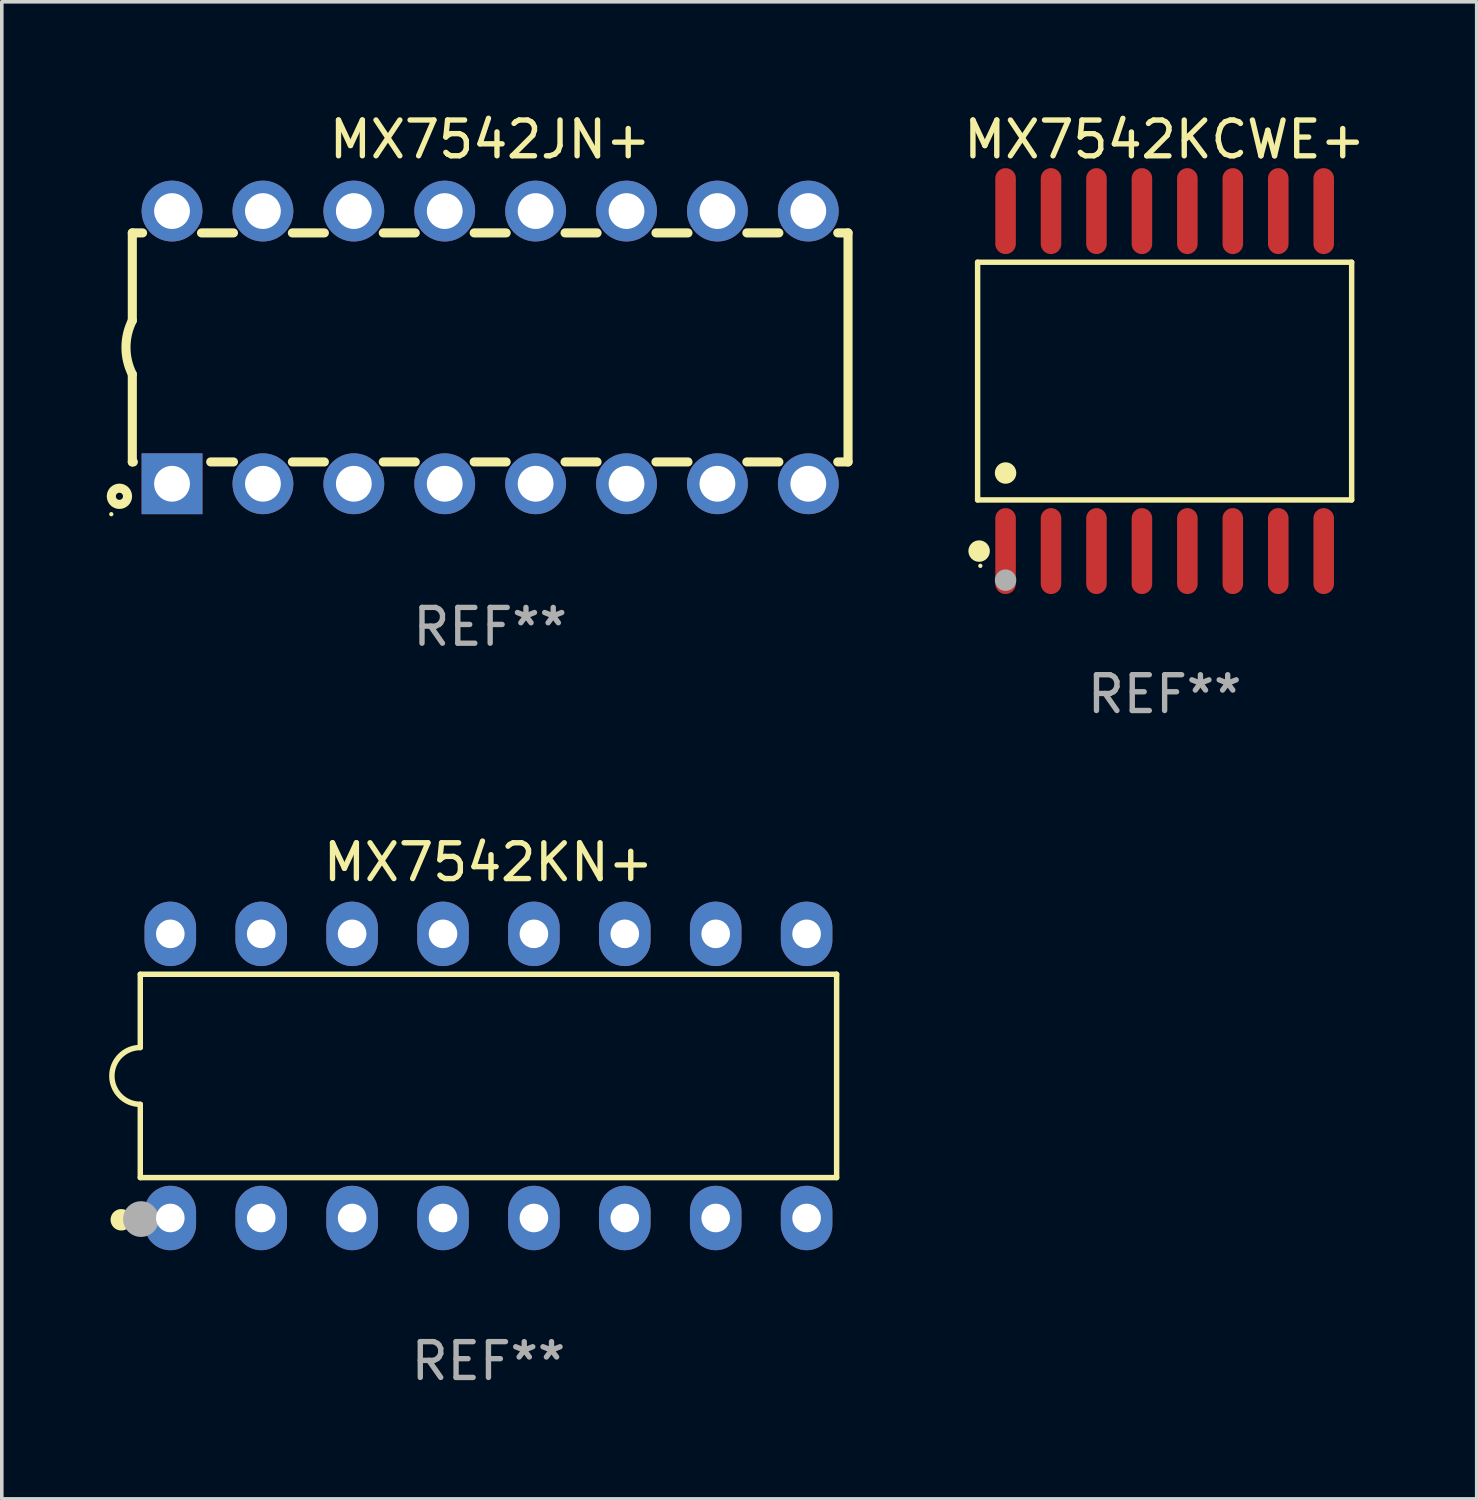
<source format=kicad_pcb>
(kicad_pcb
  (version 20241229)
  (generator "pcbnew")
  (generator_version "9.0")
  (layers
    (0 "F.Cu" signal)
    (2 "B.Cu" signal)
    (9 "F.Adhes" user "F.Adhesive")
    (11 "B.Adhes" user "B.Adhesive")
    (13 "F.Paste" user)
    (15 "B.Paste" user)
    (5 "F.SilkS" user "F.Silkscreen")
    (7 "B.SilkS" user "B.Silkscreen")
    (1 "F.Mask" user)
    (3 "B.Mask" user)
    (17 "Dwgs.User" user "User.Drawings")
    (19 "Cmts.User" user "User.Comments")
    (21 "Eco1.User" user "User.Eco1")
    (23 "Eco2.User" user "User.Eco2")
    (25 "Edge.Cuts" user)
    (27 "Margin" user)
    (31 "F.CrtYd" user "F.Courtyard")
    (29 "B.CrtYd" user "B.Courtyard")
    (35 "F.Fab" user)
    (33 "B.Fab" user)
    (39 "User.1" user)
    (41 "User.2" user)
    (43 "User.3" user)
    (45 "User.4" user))
  (footprint "MX7542KN+"
    (layer "F.Cu")
    (at 10.599 27.015)
    (property "Reference" "MX7542KN+" (at 0 -5.97 0) (layer "F.SilkS") (effects (font (size 1 1) (thickness 0.15))))
    (attr through_hole)
    (fp_line (start -9.729 -2.841) (end -9.729 -0.794) (stroke (width 0.152) (type solid)) (layer "F.SilkS"))
    (fp_line (start -9.729 0.794) (end -9.729 2.841) (stroke (width 0.152) (type solid)) (layer "F.SilkS"))
    (fp_line (start -9.729 2.841) (end 9.729 2.841) (stroke (width 0.152) (type solid)) (layer "F.SilkS"))
    (fp_line (start 9.729 -2.841) (end -9.729 -2.841) (stroke (width 0.152) (type solid)) (layer "F.SilkS"))
    (fp_line (start 9.729 2.841) (end 9.729 -2.841) (stroke (width 0.152) (type solid)) (layer "F.SilkS"))
    (fp_arc (start -9.7287 0.793749) (mid -10.522449 0) (end -9.7287 -0.793749) (stroke (width 0.1524) (type solid)) (layer "F.SilkS"))
    (fp_circle (center -10.26 4.02) (end -10.11 4.02) (stroke (width 0.3) (type solid)) (fill no) (layer "F.SilkS"))
    (fp_circle (center -9.653 4.23) (end -9.623 4.23) (stroke (width 0.06) (type solid)) (fill no) (layer "F.SilkS"))
    (fp_circle (center -9.71 4) (end -9.46 4) (stroke (width 0.5) (type solid)) (fill no) (layer "F.Fab"))
    (fp_text user "REF**" (at 0 7.97 0) (layer "F.Fab") (effects (font (size 1 1) (thickness 0.15))))
    (pad "1" thru_hole oval (at -8.89 3.97) (size 1.44 1.8) (drill 0.8) (layers "*.Cu" "*.Mask"))
    (pad "2" thru_hole oval (at -6.35 3.97) (size 1.44 1.8) (drill 0.8) (layers "*.Cu" "*.Mask"))
    (pad "3" thru_hole oval (at -3.81 3.97) (size 1.44 1.8) (drill 0.8) (layers "*.Cu" "*.Mask"))
    (pad "4" thru_hole oval (at -1.27 3.97) (size 1.44 1.8) (drill 0.8) (layers "*.Cu" "*.Mask"))
    (pad "5" thru_hole oval (at 1.27 3.97) (size 1.44 1.8) (drill 0.8) (layers "*.Cu" "*.Mask"))
    (pad "6" thru_hole oval (at 3.81 3.97) (size 1.44 1.8) (drill 0.8) (layers "*.Cu" "*.Mask"))
    (pad "7" thru_hole oval (at 6.35 3.97) (size 1.44 1.8) (drill 0.8) (layers "*.Cu" "*.Mask"))
    (pad "8" thru_hole oval (at 8.89 3.97) (size 1.44 1.8) (drill 0.8) (layers "*.Cu" "*.Mask"))
    (pad "9" thru_hole oval (at 8.89 -3.97) (size 1.44 1.8) (drill 0.8) (layers "*.Cu" "*.Mask"))
    (pad "10" thru_hole oval (at 6.35 -3.97) (size 1.44 1.8) (drill 0.8) (layers "*.Cu" "*.Mask"))
    (pad "11" thru_hole oval (at 3.81 -3.97) (size 1.44 1.8) (drill 0.8) (layers "*.Cu" "*.Mask"))
    (pad "12" thru_hole oval (at 1.27 -3.97) (size 1.44 1.8) (drill 0.8) (layers "*.Cu" "*.Mask"))
    (pad "13" thru_hole oval (at -1.27 -3.97) (size 1.44 1.8) (drill 0.8) (layers "*.Cu" "*.Mask"))
    (pad "14" thru_hole oval (at -3.81 -3.97) (size 1.44 1.8) (drill 0.8) (layers "*.Cu" "*.Mask"))
    (pad "15" thru_hole oval (at -6.35 -3.97) (size 1.44 1.8) (drill 0.8) (layers "*.Cu" "*.Mask"))
    (pad "16" thru_hole oval (at -8.89 -3.97) (size 1.44 1.8) (drill 0.8) (layers "*.Cu" "*.Mask")))
  (footprint "MX7542JN+"
    (layer "F.Cu")
    (at 10.647 6.658)
    (property "Reference" "MX7542JN+" (at 0 -5.81 0) (layer "F.SilkS") (effects (font (size 1 1) (thickness 0.15))))
    (attr through_hole)
    (fp_line (start -10 -3.2) (end -10 -0.75) (stroke (width 0.254) (type solid)) (layer "F.SilkS"))
    (fp_line (start -10 -3.2) (end -9.713 -3.2) (stroke (width 0.254) (type solid)) (layer "F.SilkS"))
    (fp_line (start -10 3.2) (end -10 0.75) (stroke (width 0.254) (type solid)) (layer "F.SilkS"))
    (fp_line (start -10 3.2) (end -9.971 3.2) (stroke (width 0.254) (type solid)) (layer "F.SilkS"))
    (fp_line (start -8.067 -3.2) (end -7.173 -3.2) (stroke (width 0.254) (type solid)) (layer "F.SilkS"))
    (fp_line (start -7.809 3.2) (end -7.173 3.2) (stroke (width 0.254) (type solid)) (layer "F.SilkS"))
    (fp_line (start -5.527 3.2) (end -4.633 3.2) (stroke (width 0.254) (type solid)) (layer "F.SilkS"))
    (fp_line (start -5.527 -3.2) (end -4.633 -3.2) (stroke (width 0.254) (type solid)) (layer "F.SilkS"))
    (fp_line (start -2.987 3.2) (end -2.093 3.2) (stroke (width 0.254) (type solid)) (layer "F.SilkS"))
    (fp_line (start -2.987 -3.2) (end -2.093 -3.2) (stroke (width 0.254) (type solid)) (layer "F.SilkS"))
    (fp_line (start -0.447 3.2) (end 0.447 3.2) (stroke (width 0.254) (type solid)) (layer "F.SilkS"))
    (fp_line (start -0.447 -3.2) (end 0.447 -3.2) (stroke (width 0.254) (type solid)) (layer "F.SilkS"))
    (fp_line (start 2.093 3.2) (end 2.987 3.2) (stroke (width 0.254) (type solid)) (layer "F.SilkS"))
    (fp_line (start 2.093 -3.2) (end 2.987 -3.2) (stroke (width 0.254) (type solid)) (layer "F.SilkS"))
    (fp_line (start 4.633 3.2) (end 5.527 3.2) (stroke (width 0.254) (type solid)) (layer "F.SilkS"))
    (fp_line (start 4.633 -3.2) (end 5.527 -3.2) (stroke (width 0.254) (type solid)) (layer "F.SilkS"))
    (fp_line (start 7.173 3.2) (end 8.067 3.2) (stroke (width 0.254) (type solid)) (layer "F.SilkS"))
    (fp_line (start 7.173 -3.2) (end 8.067 -3.2) (stroke (width 0.254) (type solid)) (layer "F.SilkS"))
    (fp_line (start 9.713 3.2) (end 10 3.2) (stroke (width 0.254) (type solid)) (layer "F.SilkS"))
    (fp_line (start 9.713 -3.2) (end 10 -3.2) (stroke (width 0.254) (type solid)) (layer "F.SilkS"))
    (fp_line (start 10 -3.2) (end 10 3.2) (stroke (width 0.254) (type solid)) (layer "F.SilkS"))
    (fp_arc (start -10 0.748793) (mid -10.176918 -0.000607) (end -10.000025 -0.750013) (stroke (width 0.254001) (type solid)) (layer "F.SilkS"))
    (fp_circle (center -10.587 4.66) (end -10.557 4.66) (stroke (width 0.06) (type solid)) (fill no) (layer "F.SilkS"))
    (fp_circle (center -10.36 4.16) (end -10.26 4.16) (stroke (width 0.254) (type solid)) (fill no) (layer "F.SilkS"))
    (fp_text user "REF**" (at 0 7.81 0) (layer "F.Fab") (effects (font (size 1 1) (thickness 0.15))))
    (pad "1" thru_hole rect (at -8.89 3.81 90) (size 1.7 1.7) (drill 1) (layers "*.Cu" "*.Mask"))
    (pad "2" thru_hole circle (at -6.35 3.81) (size 1.7 1.7) (drill 1) (layers "*.Cu" "*.Mask"))
    (pad "3" thru_hole circle (at -3.81 3.81) (size 1.7 1.7) (drill 1) (layers "*.Cu" "*.Mask"))
    (pad "4" thru_hole circle (at -1.27 3.81) (size 1.7 1.7) (drill 1) (layers "*.Cu" "*.Mask"))
    (pad "5" thru_hole circle (at 1.27 3.81) (size 1.7 1.7) (drill 1) (layers "*.Cu" "*.Mask"))
    (pad "6" thru_hole circle (at 3.81 3.81) (size 1.7 1.7) (drill 1) (layers "*.Cu" "*.Mask"))
    (pad "7" thru_hole circle (at 6.35 3.81) (size 1.7 1.7) (drill 1) (layers "*.Cu" "*.Mask"))
    (pad "8" thru_hole circle (at 8.89 3.81) (size 1.7 1.7) (drill 1) (layers "*.Cu" "*.Mask"))
    (pad "9" thru_hole circle (at 8.89 -3.81) (size 1.7 1.7) (drill 1) (layers "*.Cu" "*.Mask"))
    (pad "10" thru_hole circle (at 6.35 -3.81) (size 1.7 1.7) (drill 1) (layers "*.Cu" "*.Mask"))
    (pad "11" thru_hole circle (at 3.81 -3.81) (size 1.7 1.7) (drill 1) (layers "*.Cu" "*.Mask"))
    (pad "12" thru_hole circle (at 1.27 -3.81) (size 1.7 1.7) (drill 1) (layers "*.Cu" "*.Mask"))
    (pad "13" thru_hole circle (at -1.27 -3.81) (size 1.7 1.7) (drill 1) (layers "*.Cu" "*.Mask"))
    (pad "14" thru_hole circle (at -3.81 -3.81) (size 1.7 1.7) (drill 1) (layers "*.Cu" "*.Mask"))
    (pad "15" thru_hole circle (at -6.35 -3.81) (size 1.7 1.7) (drill 1) (layers "*.Cu" "*.Mask"))
    (pad "16" thru_hole circle (at -8.89 -3.81) (size 1.7 1.7) (drill 1) (layers "*.Cu" "*.Mask")))
  (footprint "MX7542KCWE+"
    (layer "F.Cu")
    (at 29.494 7.599)
    (property "Reference" "MX7542KCWE+" (at 0 -6.75 0) (layer "F.SilkS") (effects (font (size 1 1) (thickness 0.15))))
    (attr through_hole)
    (fp_line (start -5.226 -3.321) (end 5.226 -3.321) (stroke (width 0.152) (type solid)) (layer "F.SilkS"))
    (fp_line (start -5.226 3.321) (end -5.226 -3.321) (stroke (width 0.152) (type solid)) (layer "F.SilkS"))
    (fp_line (start 5.226 -3.321) (end 5.226 3.321) (stroke (width 0.152) (type solid)) (layer "F.SilkS"))
    (fp_line (start 5.226 3.321) (end -5.226 3.321) (stroke (width 0.152) (type solid)) (layer "F.SilkS"))
    (fp_circle (center -5.184 4.75) (end -5.034 4.75) (stroke (width 0.3) (type solid)) (fill no) (layer "F.SilkS"))
    (fp_circle (center -5.15 5.163) (end -5.12 5.163) (stroke (width 0.06) (type solid)) (fill no) (layer "F.SilkS"))
    (fp_circle (center -4.445 2.569) (end -4.295 2.569) (stroke (width 0.3) (type solid)) (fill no) (layer "F.SilkS"))
    (fp_circle (center -4.445 5.563) (end -4.295 5.563) (stroke (width 0.3) (type solid)) (fill no) (layer "F.Fab"))
    (fp_text user "REF**" (at 0 8.75 0) (layer "F.Fab") (effects (font (size 1 1) (thickness 0.15))))
    (pad "1" smd oval (at -4.445 4.75) (size 0.574 2.401) (layers "F.Cu" "F.Mask" "F.Paste"))
    (pad "2" smd oval (at -3.175 4.75) (size 0.574 2.401) (layers "F.Cu" "F.Mask" "F.Paste"))
    (pad "3" smd oval (at -1.905 4.75) (size 0.574 2.401) (layers "F.Cu" "F.Mask" "F.Paste"))
    (pad "4" smd oval (at -0.635 4.75) (size 0.574 2.401) (layers "F.Cu" "F.Mask" "F.Paste"))
    (pad "5" smd oval (at 0.635 4.75) (size 0.574 2.401) (layers "F.Cu" "F.Mask" "F.Paste"))
    (pad "6" smd oval (at 1.905 4.75) (size 0.574 2.401) (layers "F.Cu" "F.Mask" "F.Paste"))
    (pad "7" smd oval (at 3.175 4.75) (size 0.574 2.401) (layers "F.Cu" "F.Mask" "F.Paste"))
    (pad "8" smd oval (at 4.445 4.75) (size 0.574 2.401) (layers "F.Cu" "F.Mask" "F.Paste"))
    (pad "9" smd oval (at 4.445 -4.75) (size 0.574 2.401) (layers "F.Cu" "F.Mask" "F.Paste"))
    (pad "10" smd oval (at 3.175 -4.75) (size 0.574 2.401) (layers "F.Cu" "F.Mask" "F.Paste"))
    (pad "11" smd oval (at 1.905 -4.75) (size 0.574 2.401) (layers "F.Cu" "F.Mask" "F.Paste"))
    (pad "12" smd oval (at 0.635 -4.75) (size 0.574 2.401) (layers "F.Cu" "F.Mask" "F.Paste"))
    (pad "13" smd oval (at -0.635 -4.75) (size 0.574 2.401) (layers "F.Cu" "F.Mask" "F.Paste"))
    (pad "14" smd oval (at -1.905 -4.75) (size 0.574 2.401) (layers "F.Cu" "F.Mask" "F.Paste"))
    (pad "15" smd oval (at -3.175 -4.75) (size 0.574 2.401) (layers "F.Cu" "F.Mask" "F.Paste"))
    (pad "16" smd oval (at -4.445 -4.75) (size 0.574 2.401) (layers "F.Cu" "F.Mask" "F.Paste")))
  (gr_rect
    (start -3 -3)
    (end 38.214 38.834)
    (stroke (width 0.1) (type default))
    (fill no)
    (layer "Edge.Cuts")))
</source>
